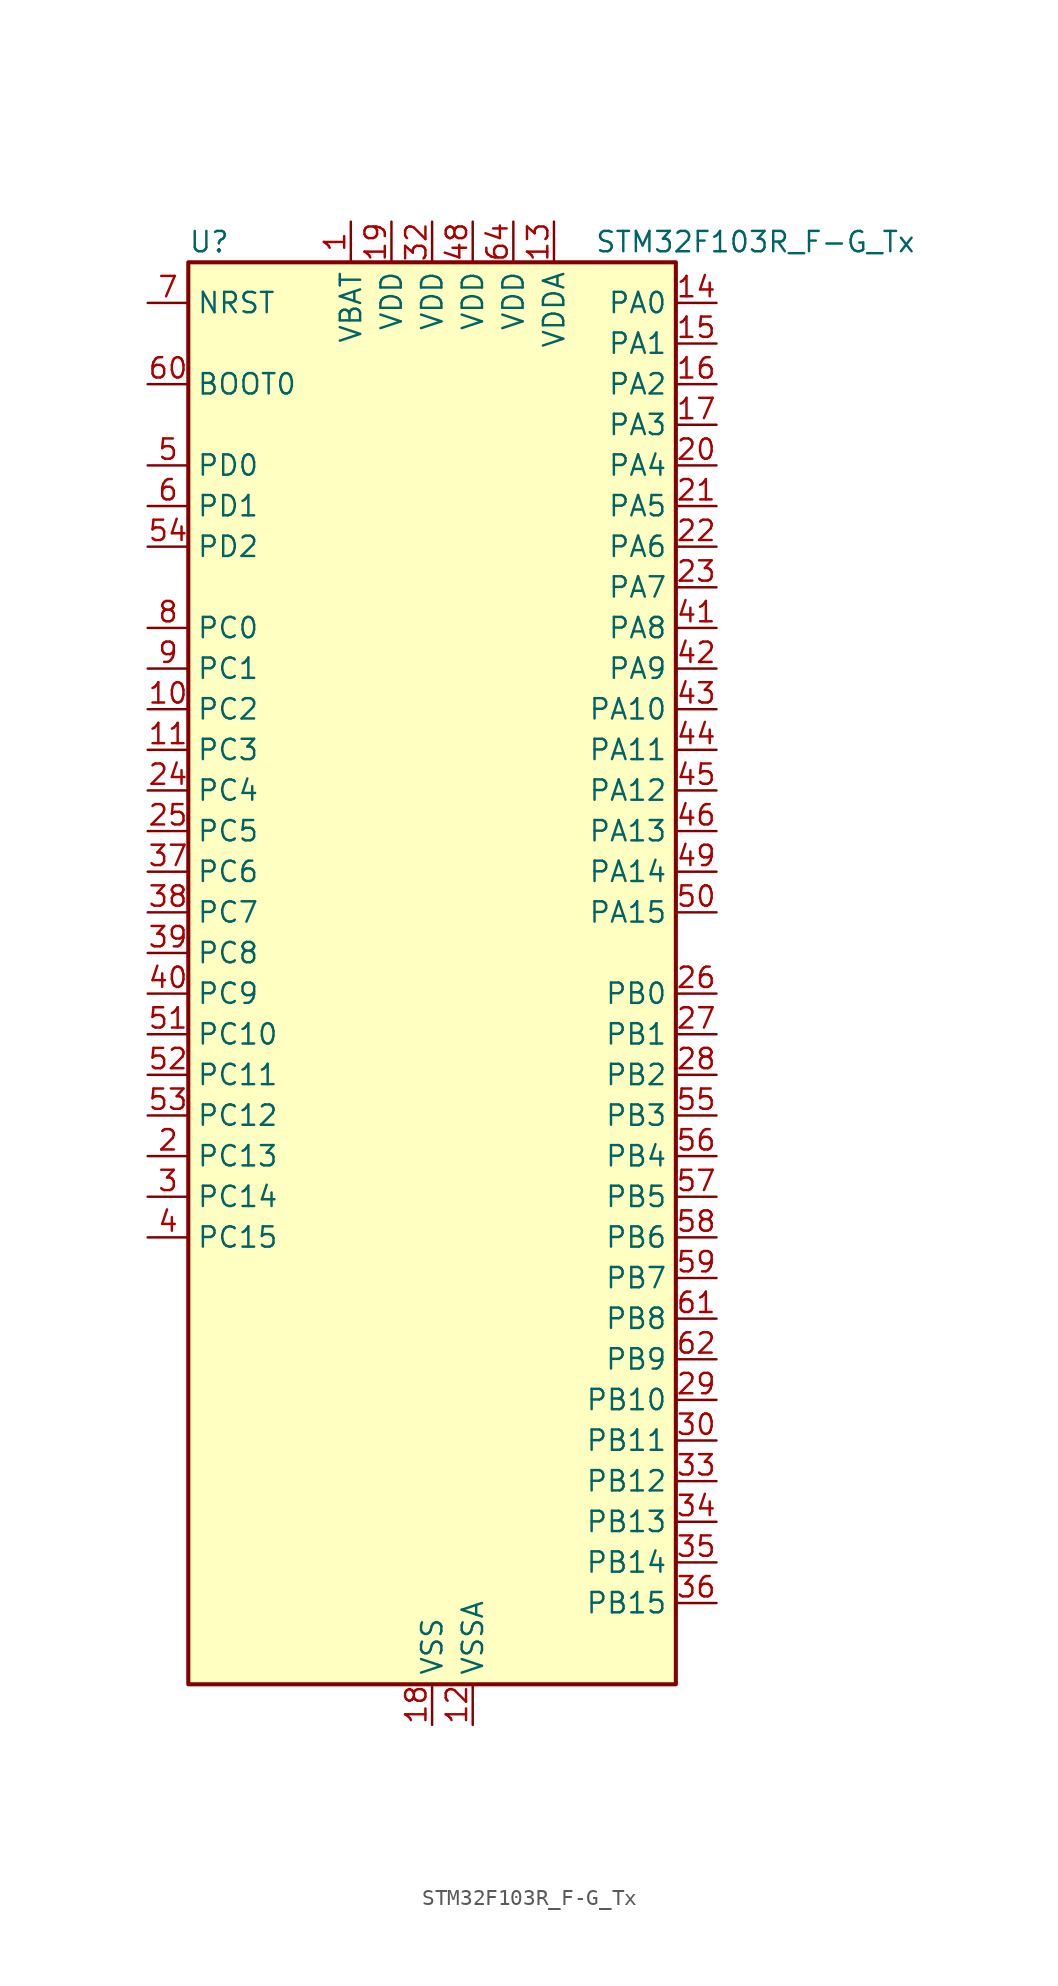
<source format=kicad_sym>
(kicad_symbol_lib
  (version 20231120)
  (generator "kicad_symbol_editor")
  (generator_version "8.0")
  (symbol "STM32F103R_F-G_Tx"
    (property "Reference" "U"
      (at -15.24 46.99 0)
      (effects (font (size 1.27 1.27)) (justify left)))
    (property "Value" "STM32F103R_F-G_Tx"
      (at 10.16 46.99 0)
      (effects (font (size 1.27 1.27)) (justify left)))
    (property "ki_locked" ""
      (at 0 0 0)
      (effects (font (size 1.27 1.27))))
    (symbol "STM32F103R_F-G_Tx_0_1"
      (rectangle (start -15.24 -43.18) (end 15.24 45.72) (stroke (width 0.254) (type default)) (fill (type background))))
    (symbol "STM32F103R_F-G_Tx_1_1"
      (pin power_in line (at -5.08 48.26 270) (length 2.54) (name "VBAT" (effects (font (size 1.27 1.27)))) (number "1" (effects (font (size 1.27 1.27)))))
      (pin bidirectional line (at -17.78 17.78 0) (length 2.54) (name "PC2" (effects (font (size 1.27 1.27)))) (number "10" (effects (font (size 1.27 1.27)))) (alternate "ADC1_IN12" bidirectional line) (alternate "ADC2_IN12" bidirectional line) (alternate "ADC3_IN12" bidirectional line))
      (pin bidirectional line (at -17.78 15.24 0) (length 2.54) (name "PC3" (effects (font (size 1.27 1.27)))) (number "11" (effects (font (size 1.27 1.27)))) (alternate "ADC1_IN13" bidirectional line) (alternate "ADC2_IN13" bidirectional line) (alternate "ADC3_IN13" bidirectional line))
      (pin power_in line (at 2.54 -45.72 90) (length 2.54) (name "VSSA" (effects (font (size 1.27 1.27)))) (number "12" (effects (font (size 1.27 1.27)))))
      (pin power_in line (at 7.62 48.26 270) (length 2.54) (name "VDDA" (effects (font (size 1.27 1.27)))) (number "13" (effects (font (size 1.27 1.27)))))
      (pin bidirectional line (at 17.78 43.18 180) (length 2.54) (name "PA0" (effects (font (size 1.27 1.27)))) (number "14" (effects (font (size 1.27 1.27)))) (alternate "ADC1_IN0" bidirectional line) (alternate "ADC2_IN0" bidirectional line) (alternate "ADC3_IN0" bidirectional line) (alternate "SYS_WKUP" bidirectional line) (alternate "TIM2_CH1" bidirectional line) (alternate "TIM2_ETR" bidirectional line) (alternate "TIM5_CH1" bidirectional line) (alternate "TIM8_ETR" bidirectional line) (alternate "USART2_CTS" bidirectional line))
      (pin bidirectional line (at 17.78 40.64 180) (length 2.54) (name "PA1" (effects (font (size 1.27 1.27)))) (number "15" (effects (font (size 1.27 1.27)))) (alternate "ADC1_IN1" bidirectional line) (alternate "ADC2_IN1" bidirectional line) (alternate "ADC3_IN1" bidirectional line) (alternate "TIM2_CH2" bidirectional line) (alternate "TIM5_CH2" bidirectional line) (alternate "USART2_RTS" bidirectional line))
      (pin bidirectional line (at 17.78 38.1 180) (length 2.54) (name "PA2" (effects (font (size 1.27 1.27)))) (number "16" (effects (font (size 1.27 1.27)))) (alternate "ADC1_IN2" bidirectional line) (alternate "ADC2_IN2" bidirectional line) (alternate "ADC3_IN2" bidirectional line) (alternate "TIM2_CH3" bidirectional line) (alternate "TIM5_CH3" bidirectional line) (alternate "TIM9_CH1" bidirectional line) (alternate "USART2_TX" bidirectional line))
      (pin bidirectional line (at 17.78 35.56 180) (length 2.54) (name "PA3" (effects (font (size 1.27 1.27)))) (number "17" (effects (font (size 1.27 1.27)))) (alternate "ADC1_IN3" bidirectional line) (alternate "ADC2_IN3" bidirectional line) (alternate "ADC3_IN3" bidirectional line) (alternate "TIM2_CH4" bidirectional line) (alternate "TIM5_CH4" bidirectional line) (alternate "TIM9_CH2" bidirectional line) (alternate "USART2_RX" bidirectional line))
      (pin power_in line (at 0 -45.72 90) (length 2.54) (name "VSS" (effects (font (size 1.27 1.27)))) (number "18" (effects (font (size 1.27 1.27)))))
      (pin power_in line (at -2.54 48.26 270) (length 2.54) (name "VDD" (effects (font (size 1.27 1.27)))) (number "19" (effects (font (size 1.27 1.27)))))
      (pin bidirectional line (at -17.78 -10.16 0) (length 2.54) (name "PC13" (effects (font (size 1.27 1.27)))) (number "2" (effects (font (size 1.27 1.27)))) (alternate "RTC_OUT" bidirectional line) (alternate "RTC_TAMPER" bidirectional line))
      (pin bidirectional line (at 17.78 33.02 180) (length 2.54) (name "PA4" (effects (font (size 1.27 1.27)))) (number "20" (effects (font (size 1.27 1.27)))) (alternate "ADC1_IN4" bidirectional line) (alternate "ADC2_IN4" bidirectional line) (alternate "DAC_OUT1" bidirectional line) (alternate "SPI1_NSS" bidirectional line) (alternate "USART2_CK" bidirectional line))
      (pin bidirectional line (at 17.78 30.48 180) (length 2.54) (name "PA5" (effects (font (size 1.27 1.27)))) (number "21" (effects (font (size 1.27 1.27)))) (alternate "ADC1_IN5" bidirectional line) (alternate "ADC2_IN5" bidirectional line) (alternate "DAC_OUT2" bidirectional line) (alternate "SPI1_SCK" bidirectional line))
      (pin bidirectional line (at 17.78 27.94 180) (length 2.54) (name "PA6" (effects (font (size 1.27 1.27)))) (number "22" (effects (font (size 1.27 1.27)))) (alternate "ADC1_IN6" bidirectional line) (alternate "ADC2_IN6" bidirectional line) (alternate "SPI1_MISO" bidirectional line) (alternate "TIM13_CH1" bidirectional line) (alternate "TIM1_BKIN" bidirectional line) (alternate "TIM3_CH1" bidirectional line) (alternate "TIM8_BKIN" bidirectional line))
      (pin bidirectional line (at 17.78 25.4 180) (length 2.54) (name "PA7" (effects (font (size 1.27 1.27)))) (number "23" (effects (font (size 1.27 1.27)))) (alternate "ADC1_IN7" bidirectional line) (alternate "ADC2_IN7" bidirectional line) (alternate "SPI1_MOSI" bidirectional line) (alternate "TIM14_CH1" bidirectional line) (alternate "TIM1_CH1N" bidirectional line) (alternate "TIM3_CH2" bidirectional line) (alternate "TIM8_CH1N" bidirectional line))
      (pin bidirectional line (at -17.78 12.7 0) (length 2.54) (name "PC4" (effects (font (size 1.27 1.27)))) (number "24" (effects (font (size 1.27 1.27)))) (alternate "ADC1_IN14" bidirectional line) (alternate "ADC2_IN14" bidirectional line))
      (pin bidirectional line (at -17.78 10.16 0) (length 2.54) (name "PC5" (effects (font (size 1.27 1.27)))) (number "25" (effects (font (size 1.27 1.27)))) (alternate "ADC1_IN15" bidirectional line) (alternate "ADC2_IN15" bidirectional line))
      (pin bidirectional line (at 17.78 0 180) (length 2.54) (name "PB0" (effects (font (size 1.27 1.27)))) (number "26" (effects (font (size 1.27 1.27)))) (alternate "ADC1_IN8" bidirectional line) (alternate "ADC2_IN8" bidirectional line) (alternate "TIM1_CH2N" bidirectional line) (alternate "TIM3_CH3" bidirectional line) (alternate "TIM8_CH2N" bidirectional line))
      (pin bidirectional line (at 17.78 -2.54 180) (length 2.54) (name "PB1" (effects (font (size 1.27 1.27)))) (number "27" (effects (font (size 1.27 1.27)))) (alternate "ADC1_IN9" bidirectional line) (alternate "ADC2_IN9" bidirectional line) (alternate "TIM1_CH3N" bidirectional line) (alternate "TIM3_CH4" bidirectional line) (alternate "TIM8_CH3N" bidirectional line))
      (pin bidirectional line (at 17.78 -5.08 180) (length 2.54) (name "PB2" (effects (font (size 1.27 1.27)))) (number "28" (effects (font (size 1.27 1.27)))))
      (pin bidirectional line (at 17.78 -25.4 180) (length 2.54) (name "PB10" (effects (font (size 1.27 1.27)))) (number "29" (effects (font (size 1.27 1.27)))) (alternate "I2C2_SCL" bidirectional line) (alternate "TIM2_CH3" bidirectional line) (alternate "USART3_TX" bidirectional line))
      (pin bidirectional line (at -17.78 -12.7 0) (length 2.54) (name "PC14" (effects (font (size 1.27 1.27)))) (number "3" (effects (font (size 1.27 1.27)))) (alternate "RCC_OSC32_IN" bidirectional line))
      (pin bidirectional line (at 17.78 -27.94 180) (length 2.54) (name "PB11" (effects (font (size 1.27 1.27)))) (number "30" (effects (font (size 1.27 1.27)))) (alternate "ADC1_EXTI11" bidirectional line) (alternate "ADC2_EXTI11" bidirectional line) (alternate "I2C2_SDA" bidirectional line) (alternate "TIM2_CH4" bidirectional line) (alternate "USART3_RX" bidirectional line))
      (pin passive line (at 0 -45.72 90) (length 2.54) hide (name "VSS" (effects (font (size 1.27 1.27)))) (number "31" (effects (font (size 1.27 1.27)))))
      (pin power_in line (at 0 48.26 270) (length 2.54) (name "VDD" (effects (font (size 1.27 1.27)))) (number "32" (effects (font (size 1.27 1.27)))))
      (pin bidirectional line (at 17.78 -30.48 180) (length 2.54) (name "PB12" (effects (font (size 1.27 1.27)))) (number "33" (effects (font (size 1.27 1.27)))) (alternate "I2C2_SMBA" bidirectional line) (alternate "I2S2_WS" bidirectional line) (alternate "SPI2_NSS" bidirectional line) (alternate "TIM1_BKIN" bidirectional line) (alternate "USART3_CK" bidirectional line))
      (pin bidirectional line (at 17.78 -33.02 180) (length 2.54) (name "PB13" (effects (font (size 1.27 1.27)))) (number "34" (effects (font (size 1.27 1.27)))) (alternate "I2S2_CK" bidirectional line) (alternate "SPI2_SCK" bidirectional line) (alternate "TIM1_CH1N" bidirectional line) (alternate "USART3_CTS" bidirectional line))
      (pin bidirectional line (at 17.78 -35.56 180) (length 2.54) (name "PB14" (effects (font (size 1.27 1.27)))) (number "35" (effects (font (size 1.27 1.27)))) (alternate "SPI2_MISO" bidirectional line) (alternate "TIM12_CH1" bidirectional line) (alternate "TIM1_CH2N" bidirectional line) (alternate "USART3_RTS" bidirectional line))
      (pin bidirectional line (at 17.78 -38.1 180) (length 2.54) (name "PB15" (effects (font (size 1.27 1.27)))) (number "36" (effects (font (size 1.27 1.27)))) (alternate "ADC1_EXTI15" bidirectional line) (alternate "ADC2_EXTI15" bidirectional line) (alternate "I2S2_SD" bidirectional line) (alternate "SPI2_MOSI" bidirectional line) (alternate "TIM12_CH2" bidirectional line) (alternate "TIM1_CH3N" bidirectional line))
      (pin bidirectional line (at -17.78 7.62 0) (length 2.54) (name "PC6" (effects (font (size 1.27 1.27)))) (number "37" (effects (font (size 1.27 1.27)))) (alternate "I2S2_MCK" bidirectional line) (alternate "SDIO_D6" bidirectional line) (alternate "TIM3_CH1" bidirectional line) (alternate "TIM8_CH1" bidirectional line))
      (pin bidirectional line (at -17.78 5.08 0) (length 2.54) (name "PC7" (effects (font (size 1.27 1.27)))) (number "38" (effects (font (size 1.27 1.27)))) (alternate "I2S3_MCK" bidirectional line) (alternate "SDIO_D7" bidirectional line) (alternate "TIM3_CH2" bidirectional line) (alternate "TIM8_CH2" bidirectional line))
      (pin bidirectional line (at -17.78 2.54 0) (length 2.54) (name "PC8" (effects (font (size 1.27 1.27)))) (number "39" (effects (font (size 1.27 1.27)))) (alternate "SDIO_D0" bidirectional line) (alternate "TIM3_CH3" bidirectional line) (alternate "TIM8_CH3" bidirectional line))
      (pin bidirectional line (at -17.78 -15.24 0) (length 2.54) (name "PC15" (effects (font (size 1.27 1.27)))) (number "4" (effects (font (size 1.27 1.27)))) (alternate "ADC1_EXTI15" bidirectional line) (alternate "ADC2_EXTI15" bidirectional line) (alternate "RCC_OSC32_OUT" bidirectional line))
      (pin bidirectional line (at -17.78 0 0) (length 2.54) (name "PC9" (effects (font (size 1.27 1.27)))) (number "40" (effects (font (size 1.27 1.27)))) (alternate "DAC_EXTI9" bidirectional line) (alternate "SDIO_D1" bidirectional line) (alternate "TIM3_CH4" bidirectional line) (alternate "TIM8_CH4" bidirectional line))
      (pin bidirectional line (at 17.78 22.86 180) (length 2.54) (name "PA8" (effects (font (size 1.27 1.27)))) (number "41" (effects (font (size 1.27 1.27)))) (alternate "RCC_MCO" bidirectional line) (alternate "TIM1_CH1" bidirectional line) (alternate "USART1_CK" bidirectional line))
      (pin bidirectional line (at 17.78 20.32 180) (length 2.54) (name "PA9" (effects (font (size 1.27 1.27)))) (number "42" (effects (font (size 1.27 1.27)))) (alternate "DAC_EXTI9" bidirectional line) (alternate "TIM1_CH2" bidirectional line) (alternate "USART1_TX" bidirectional line))
      (pin bidirectional line (at 17.78 17.78 180) (length 2.54) (name "PA10" (effects (font (size 1.27 1.27)))) (number "43" (effects (font (size 1.27 1.27)))) (alternate "TIM1_CH3" bidirectional line) (alternate "USART1_RX" bidirectional line))
      (pin bidirectional line (at 17.78 15.24 180) (length 2.54) (name "PA11" (effects (font (size 1.27 1.27)))) (number "44" (effects (font (size 1.27 1.27)))) (alternate "ADC1_EXTI11" bidirectional line) (alternate "ADC2_EXTI11" bidirectional line) (alternate "CAN_RX" bidirectional line) (alternate "TIM1_CH4" bidirectional line) (alternate "USART1_CTS" bidirectional line) (alternate "USB_DM" bidirectional line))
      (pin bidirectional line (at 17.78 12.7 180) (length 2.54) (name "PA12" (effects (font (size 1.27 1.27)))) (number "45" (effects (font (size 1.27 1.27)))) (alternate "CAN_TX" bidirectional line) (alternate "TIM1_ETR" bidirectional line) (alternate "USART1_RTS" bidirectional line) (alternate "USB_DP" bidirectional line))
      (pin bidirectional line (at 17.78 10.16 180) (length 2.54) (name "PA13" (effects (font (size 1.27 1.27)))) (number "46" (effects (font (size 1.27 1.27)))) (alternate "SYS_JTMS-SWDIO" bidirectional line))
      (pin passive line (at 0 -45.72 90) (length 2.54) hide (name "VSS" (effects (font (size 1.27 1.27)))) (number "47" (effects (font (size 1.27 1.27)))))
      (pin power_in line (at 2.54 48.26 270) (length 2.54) (name "VDD" (effects (font (size 1.27 1.27)))) (number "48" (effects (font (size 1.27 1.27)))))
      (pin bidirectional line (at 17.78 7.62 180) (length 2.54) (name "PA14" (effects (font (size 1.27 1.27)))) (number "49" (effects (font (size 1.27 1.27)))) (alternate "SYS_JTCK-SWCLK" bidirectional line))
      (pin bidirectional line (at -17.78 33.02 0) (length 2.54) (name "PD0" (effects (font (size 1.27 1.27)))) (number "5" (effects (font (size 1.27 1.27)))) (alternate "RCC_OSC_IN" bidirectional line))
      (pin bidirectional line (at 17.78 5.08 180) (length 2.54) (name "PA15" (effects (font (size 1.27 1.27)))) (number "50" (effects (font (size 1.27 1.27)))) (alternate "ADC1_EXTI15" bidirectional line) (alternate "ADC2_EXTI15" bidirectional line) (alternate "I2S3_WS" bidirectional line) (alternate "SPI1_NSS" bidirectional line) (alternate "SPI3_NSS" bidirectional line) (alternate "SYS_JTDI" bidirectional line) (alternate "TIM2_CH1" bidirectional line) (alternate "TIM2_ETR" bidirectional line))
      (pin bidirectional line (at -17.78 -2.54 0) (length 2.54) (name "PC10" (effects (font (size 1.27 1.27)))) (number "51" (effects (font (size 1.27 1.27)))) (alternate "SDIO_D2" bidirectional line) (alternate "UART4_TX" bidirectional line) (alternate "USART3_TX" bidirectional line))
      (pin bidirectional line (at -17.78 -5.08 0) (length 2.54) (name "PC11" (effects (font (size 1.27 1.27)))) (number "52" (effects (font (size 1.27 1.27)))) (alternate "ADC1_EXTI11" bidirectional line) (alternate "ADC2_EXTI11" bidirectional line) (alternate "SDIO_D3" bidirectional line) (alternate "UART4_RX" bidirectional line) (alternate "USART3_RX" bidirectional line))
      (pin bidirectional line (at -17.78 -7.62 0) (length 2.54) (name "PC12" (effects (font (size 1.27 1.27)))) (number "53" (effects (font (size 1.27 1.27)))) (alternate "SDIO_CK" bidirectional line) (alternate "UART5_TX" bidirectional line) (alternate "USART3_CK" bidirectional line))
      (pin bidirectional line (at -17.78 27.94 0) (length 2.54) (name "PD2" (effects (font (size 1.27 1.27)))) (number "54" (effects (font (size 1.27 1.27)))) (alternate "SDIO_CMD" bidirectional line) (alternate "TIM3_ETR" bidirectional line) (alternate "UART5_RX" bidirectional line))
      (pin bidirectional line (at 17.78 -7.62 180) (length 2.54) (name "PB3" (effects (font (size 1.27 1.27)))) (number "55" (effects (font (size 1.27 1.27)))) (alternate "I2S3_CK" bidirectional line) (alternate "SPI1_SCK" bidirectional line) (alternate "SPI3_SCK" bidirectional line) (alternate "SYS_JTDO-TRACESWO" bidirectional line) (alternate "TIM2_CH2" bidirectional line))
      (pin bidirectional line (at 17.78 -10.16 180) (length 2.54) (name "PB4" (effects (font (size 1.27 1.27)))) (number "56" (effects (font (size 1.27 1.27)))) (alternate "SPI1_MISO" bidirectional line) (alternate "SPI3_MISO" bidirectional line) (alternate "SYS_NJTRST" bidirectional line) (alternate "TIM3_CH1" bidirectional line))
      (pin bidirectional line (at 17.78 -12.7 180) (length 2.54) (name "PB5" (effects (font (size 1.27 1.27)))) (number "57" (effects (font (size 1.27 1.27)))) (alternate "I2C1_SMBA" bidirectional line) (alternate "I2S3_SD" bidirectional line) (alternate "SPI1_MOSI" bidirectional line) (alternate "SPI3_MOSI" bidirectional line) (alternate "TIM3_CH2" bidirectional line))
      (pin bidirectional line (at 17.78 -15.24 180) (length 2.54) (name "PB6" (effects (font (size 1.27 1.27)))) (number "58" (effects (font (size 1.27 1.27)))) (alternate "I2C1_SCL" bidirectional line) (alternate "TIM4_CH1" bidirectional line) (alternate "USART1_TX" bidirectional line))
      (pin bidirectional line (at 17.78 -17.78 180) (length 2.54) (name "PB7" (effects (font (size 1.27 1.27)))) (number "59" (effects (font (size 1.27 1.27)))) (alternate "I2C1_SDA" bidirectional line) (alternate "TIM4_CH2" bidirectional line) (alternate "USART1_RX" bidirectional line))
      (pin bidirectional line (at -17.78 30.48 0) (length 2.54) (name "PD1" (effects (font (size 1.27 1.27)))) (number "6" (effects (font (size 1.27 1.27)))) (alternate "RCC_OSC_OUT" bidirectional line))
      (pin input line (at -17.78 38.1 0) (length 2.54) (name "BOOT0" (effects (font (size 1.27 1.27)))) (number "60" (effects (font (size 1.27 1.27)))))
      (pin bidirectional line (at 17.78 -20.32 180) (length 2.54) (name "PB8" (effects (font (size 1.27 1.27)))) (number "61" (effects (font (size 1.27 1.27)))) (alternate "CAN_RX" bidirectional line) (alternate "I2C1_SCL" bidirectional line) (alternate "SDIO_D4" bidirectional line) (alternate "TIM10_CH1" bidirectional line) (alternate "TIM4_CH3" bidirectional line))
      (pin bidirectional line (at 17.78 -22.86 180) (length 2.54) (name "PB9" (effects (font (size 1.27 1.27)))) (number "62" (effects (font (size 1.27 1.27)))) (alternate "CAN_TX" bidirectional line) (alternate "DAC_EXTI9" bidirectional line) (alternate "I2C1_SDA" bidirectional line) (alternate "SDIO_D5" bidirectional line) (alternate "TIM11_CH1" bidirectional line) (alternate "TIM4_CH4" bidirectional line))
      (pin passive line (at 0 -45.72 90) (length 2.54) hide (name "VSS" (effects (font (size 1.27 1.27)))) (number "63" (effects (font (size 1.27 1.27)))))
      (pin power_in line (at 5.08 48.26 270) (length 2.54) (name "VDD" (effects (font (size 1.27 1.27)))) (number "64" (effects (font (size 1.27 1.27)))))
      (pin input line (at -17.78 43.18 0) (length 2.54) (name "NRST" (effects (font (size 1.27 1.27)))) (number "7" (effects (font (size 1.27 1.27)))))
      (pin bidirectional line (at -17.78 22.86 0) (length 2.54) (name "PC0" (effects (font (size 1.27 1.27)))) (number "8" (effects (font (size 1.27 1.27)))) (alternate "ADC1_IN10" bidirectional line) (alternate "ADC2_IN10" bidirectional line) (alternate "ADC3_IN10" bidirectional line))
      (pin bidirectional line (at -17.78 20.32 0) (length 2.54) (name "PC1" (effects (font (size 1.27 1.27)))) (number "9" (effects (font (size 1.27 1.27)))) (alternate "ADC1_IN11" bidirectional line) (alternate "ADC2_IN11" bidirectional line) (alternate "ADC3_IN11" bidirectional line)))))
</source>
